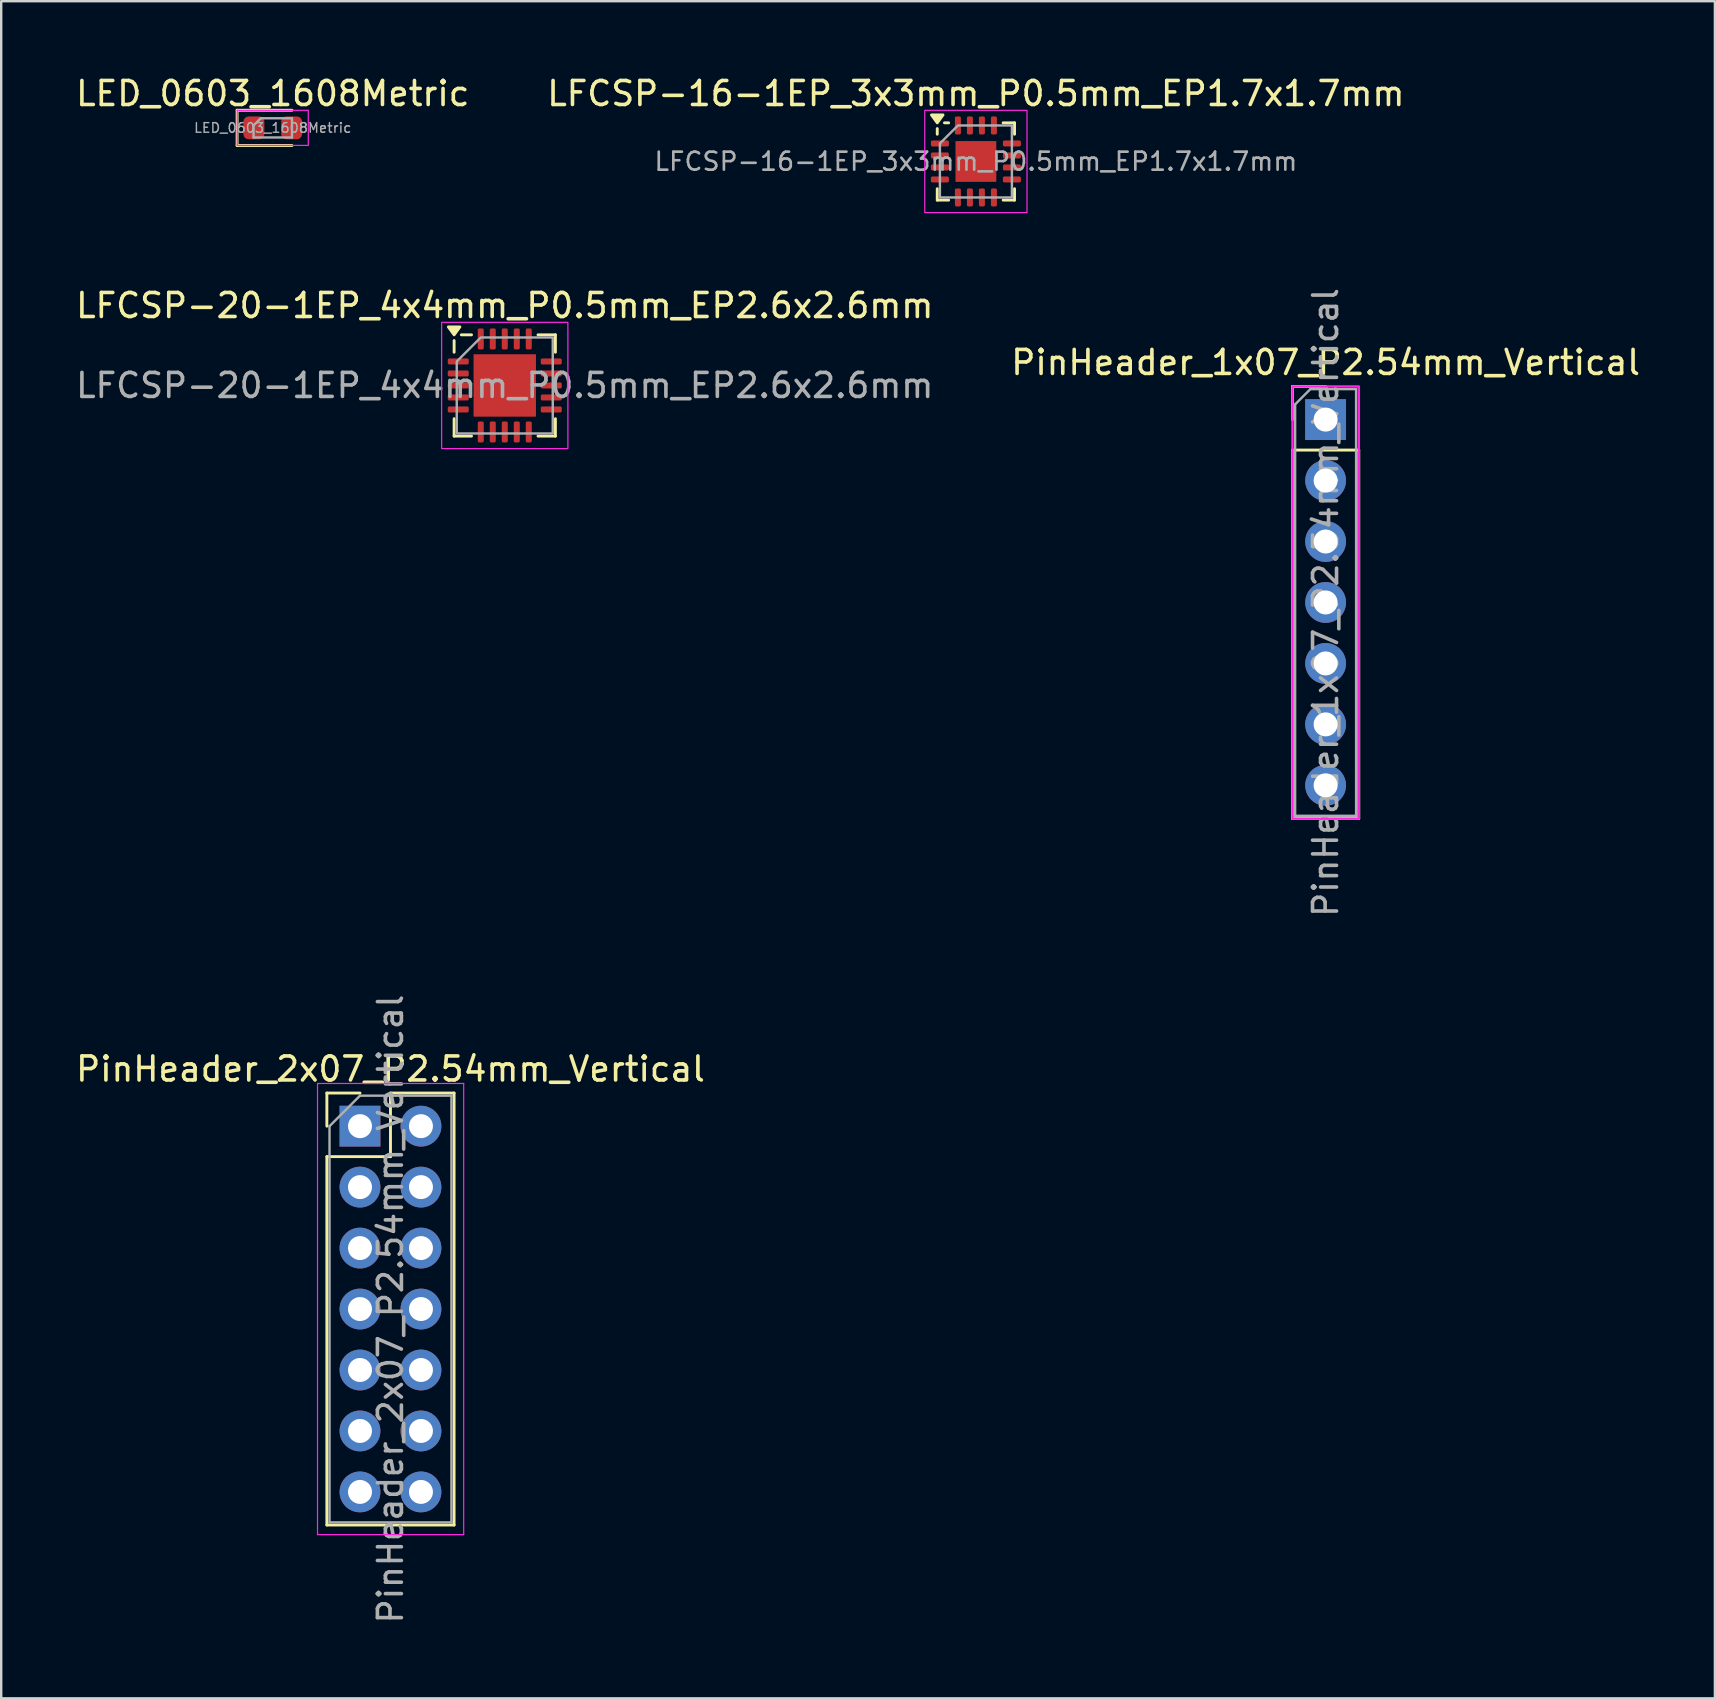
<source format=kicad_pcb>
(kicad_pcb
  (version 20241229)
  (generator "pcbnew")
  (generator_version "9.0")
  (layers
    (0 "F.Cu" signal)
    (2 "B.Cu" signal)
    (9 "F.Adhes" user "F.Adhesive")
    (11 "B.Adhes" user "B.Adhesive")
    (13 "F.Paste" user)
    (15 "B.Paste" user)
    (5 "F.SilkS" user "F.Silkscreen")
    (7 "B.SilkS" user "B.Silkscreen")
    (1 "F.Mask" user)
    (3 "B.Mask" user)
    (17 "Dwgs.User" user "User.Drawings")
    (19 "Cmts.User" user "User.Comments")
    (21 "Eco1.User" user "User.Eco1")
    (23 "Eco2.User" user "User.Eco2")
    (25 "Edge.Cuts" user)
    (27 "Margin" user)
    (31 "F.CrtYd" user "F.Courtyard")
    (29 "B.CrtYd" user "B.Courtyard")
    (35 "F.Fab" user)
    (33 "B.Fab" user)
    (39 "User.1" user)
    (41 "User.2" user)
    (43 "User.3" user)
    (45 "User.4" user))
  (footprint "LFCSP-16-1EP_3x3mm_P0.5mm_EP1.7x1.7mm"
    (layer "F.Cu")
    (at 37.613 3.678)
    (property "Reference" "LFCSP-16-1EP_3x3mm_P0.5mm_EP1.7x1.7mm" (at 0 -2.83 0) (layer "F.SilkS") (effects (font (size 1 1) (thickness 0.15))))
    (attr smd)
    (fp_line (start -1.61 -1.135) (end -1.61 -1.37) (stroke (width 0.12) (type solid)) (layer "F.SilkS"))
    (fp_line (start -1.61 1.61) (end -1.61 1.135) (stroke (width 0.12) (type solid)) (layer "F.SilkS"))
    (fp_line (start -1.135 -1.61) (end -1.31 -1.61) (stroke (width 0.12) (type solid)) (layer "F.SilkS"))
    (fp_line (start -1.135 1.61) (end -1.61 1.61) (stroke (width 0.12) (type solid)) (layer "F.SilkS"))
    (fp_line (start 1.135 -1.61) (end 1.61 -1.61) (stroke (width 0.12) (type solid)) (layer "F.SilkS"))
    (fp_line (start 1.135 1.61) (end 1.61 1.61) (stroke (width 0.12) (type solid)) (layer "F.SilkS"))
    (fp_line (start 1.61 -1.61) (end 1.61 -1.135) (stroke (width 0.12) (type solid)) (layer "F.SilkS"))
    (fp_line (start 1.61 1.61) (end 1.61 1.135) (stroke (width 0.12) (type solid)) (layer "F.SilkS"))
    (fp_poly (pts (xy -1.61 -1.61) (xy -1.85 -1.94) (xy -1.37 -1.94)) (stroke (width 0.12) (type solid)) (fill yes) (layer "F.SilkS"))
    (fp_rect (start -2.13 -2.13) (end 2.13 2.13) (stroke (width 0.05) (type solid)) (fill no) (layer "F.CrtYd"))
    (fp_poly (pts (xy -1.5 -0.75) (xy -1.5 1.5) (xy 1.5 1.5) (xy 1.5 -1.5) (xy -0.75 -1.5)) (stroke (width 0.1) (type solid)) (fill no) (layer "F.Fab"))
    (fp_text user "${REFERENCE}" (at 0 0 0) (layer "F.Fab") (effects (font (size 0.75 0.75) (thickness 0.11))))
    (pad "" smd roundrect (at -0.425 -0.425) (size 0.69 0.69) (layers "F.Paste") (roundrect_rratio 0.25))
    (pad "" smd roundrect (at -0.425 0.425) (size 0.69 0.69) (layers "F.Paste") (roundrect_rratio 0.25))
    (pad "" smd roundrect (at 0.425 -0.425) (size 0.69 0.69) (layers "F.Paste") (roundrect_rratio 0.25))
    (pad "" smd roundrect (at 0.425 0.425) (size 0.69 0.69) (layers "F.Paste") (roundrect_rratio 0.25))
    (pad "1" smd roundrect (at -1.5 -0.75) (size 0.75 0.25) (layers "F.Cu" "F.Mask" "F.Paste") (roundrect_rratio 0.25))
    (pad "2" smd roundrect (at -1.5 -0.25) (size 0.75 0.25) (layers "F.Cu" "F.Mask" "F.Paste") (roundrect_rratio 0.25))
    (pad "3" smd roundrect (at -1.5 0.25) (size 0.75 0.25) (layers "F.Cu" "F.Mask" "F.Paste") (roundrect_rratio 0.25))
    (pad "4" smd roundrect (at -1.5 0.75) (size 0.75 0.25) (layers "F.Cu" "F.Mask" "F.Paste") (roundrect_rratio 0.25))
    (pad "5" smd roundrect (at -0.75 1.5) (size 0.25 0.75) (layers "F.Cu" "F.Mask" "F.Paste") (roundrect_rratio 0.25))
    (pad "6" smd roundrect (at -0.25 1.5) (size 0.25 0.75) (layers "F.Cu" "F.Mask" "F.Paste") (roundrect_rratio 0.25))
    (pad "7" smd roundrect (at 0.25 1.5) (size 0.25 0.75) (layers "F.Cu" "F.Mask" "F.Paste") (roundrect_rratio 0.25))
    (pad "8" smd roundrect (at 0.75 1.5) (size 0.25 0.75) (layers "F.Cu" "F.Mask" "F.Paste") (roundrect_rratio 0.25))
    (pad "9" smd roundrect (at 1.5 0.75) (size 0.75 0.25) (layers "F.Cu" "F.Mask" "F.Paste") (roundrect_rratio 0.25))
    (pad "10" smd roundrect (at 1.5 0.25) (size 0.75 0.25) (layers "F.Cu" "F.Mask" "F.Paste") (roundrect_rratio 0.25))
    (pad "11" smd roundrect (at 1.5 -0.25) (size 0.75 0.25) (layers "F.Cu" "F.Mask" "F.Paste") (roundrect_rratio 0.25))
    (pad "12" smd roundrect (at 1.5 -0.75) (size 0.75 0.25) (layers "F.Cu" "F.Mask" "F.Paste") (roundrect_rratio 0.25))
    (pad "13" smd roundrect (at 0.75 -1.5) (size 0.25 0.75) (layers "F.Cu" "F.Mask" "F.Paste") (roundrect_rratio 0.25))
    (pad "14" smd roundrect (at 0.25 -1.5) (size 0.25 0.75) (layers "F.Cu" "F.Mask" "F.Paste") (roundrect_rratio 0.25))
    (pad "15" smd roundrect (at -0.25 -1.5) (size 0.25 0.75) (layers "F.Cu" "F.Mask" "F.Paste") (roundrect_rratio 0.25))
    (pad "16" smd roundrect (at -0.75 -1.5) (size 0.25 0.75) (layers "F.Cu" "F.Mask" "F.Paste") (roundrect_rratio 0.25))
    (pad "17" smd rect (at 0 0) (size 1.7 1.7) (property pad_prop_heatsink) (layers "F.Cu" "F.Mask")))
  (footprint "PinHeader_1x07_P2.54mm_Vertical"
    (layer "F.Cu")
    (at 52.185 14.433)
    (property "Reference" "PinHeader_1x07_P2.54mm_Vertical" (at 0 -2.38 0) (layer "F.SilkS") (effects (font (size 1 1) (thickness 0.15))))
    (attr through_hole)
    (fp_line (start -1.38 -1.38) (end 0 -1.38) (stroke (width 0.12) (type solid)) (layer "F.SilkS"))
    (fp_line (start -1.38 0) (end -1.38 -1.38) (stroke (width 0.12) (type solid)) (layer "F.SilkS"))
    (fp_line (start -1.38 1.27) (end -1.38 16.62) (stroke (width 0.12) (type solid)) (layer "F.SilkS"))
    (fp_line (start -1.38 1.27) (end 1.38 1.27) (stroke (width 0.12) (type solid)) (layer "F.SilkS"))
    (fp_line (start -1.38 16.62) (end 1.38 16.62) (stroke (width 0.12) (type solid)) (layer "F.SilkS"))
    (fp_line (start 1.38 1.27) (end 1.38 16.62) (stroke (width 0.12) (type solid)) (layer "F.SilkS"))
    (fp_rect (start -1.38 -1.38) (end 1.385 16.63) (stroke (width 0.1) (type default)) (fill no) (layer "F.CrtYd"))
    (fp_line (start -1.27 -0.635) (end -0.635 -1.27) (stroke (width 0.1) (type solid)) (layer "F.Fab"))
    (fp_line (start -1.27 16.51) (end -1.27 -0.635) (stroke (width 0.1) (type solid)) (layer "F.Fab"))
    (fp_line (start -0.635 -1.27) (end 1.27 -1.27) (stroke (width 0.1) (type solid)) (layer "F.Fab"))
    (fp_line (start 1.27 -1.27) (end 1.27 16.51) (stroke (width 0.1) (type solid)) (layer "F.Fab"))
    (fp_line (start 1.27 16.51) (end -1.27 16.51) (stroke (width 0.1) (type solid)) (layer "F.Fab"))
    (fp_text user "${REFERENCE}" (at 0 7.62 90) (layer "F.Fab") (effects (font (size 1 1) (thickness 0.15))))
    (pad "1" thru_hole rect (at 0 0) (size 1.7 1.7) (drill 1) (layers "*.Cu" "*.Mask"))
    (pad "2" thru_hole circle (at 0 2.54) (size 1.7 1.7) (drill 1) (layers "*.Cu" "*.Mask"))
    (pad "3" thru_hole circle (at 0 5.08) (size 1.7 1.7) (drill 1) (layers "*.Cu" "*.Mask"))
    (pad "4" thru_hole circle (at 0 7.62) (size 1.7 1.7) (drill 1) (layers "*.Cu" "*.Mask"))
    (pad "5" thru_hole circle (at 0 10.16) (size 1.7 1.7) (drill 1) (layers "*.Cu" "*.Mask"))
    (pad "6" thru_hole circle (at 0 12.7) (size 1.7 1.7) (drill 1) (layers "*.Cu" "*.Mask"))
    (pad "7" thru_hole circle (at 0 15.24) (size 1.7 1.7) (drill 1) (layers "*.Cu" "*.Mask")))
  (footprint "LED_0603_1608Metric"
    (layer "F.Cu")
    (at 8.315 2.278)
    (property "Reference" "LED_0603_1608Metric" (at 0 -1.43 0) (layer "F.SilkS") (effects (font (size 1 1) (thickness 0.15))))
    (attr smd)
    (fp_line (start -1.485 -0.735) (end -1.485 0.735) (stroke (width 0.12) (type solid)) (layer "F.SilkS"))
    (fp_line (start -1.485 0.735) (end 0.8 0.735) (stroke (width 0.12) (type solid)) (layer "F.SilkS"))
    (fp_line (start 0.8 -0.735) (end -1.485 -0.735) (stroke (width 0.12) (type solid)) (layer "F.SilkS"))
    (fp_line (start -1.48 -0.73) (end 1.48 -0.73) (stroke (width 0.05) (type solid)) (layer "F.CrtYd"))
    (fp_line (start -1.48 0.73) (end -1.48 -0.73) (stroke (width 0.05) (type solid)) (layer "F.CrtYd"))
    (fp_line (start 1.48 -0.73) (end 1.48 0.73) (stroke (width 0.05) (type solid)) (layer "F.CrtYd"))
    (fp_line (start 1.48 0.73) (end -1.48 0.73) (stroke (width 0.05) (type solid)) (layer "F.CrtYd"))
    (fp_line (start -0.8 -0.1) (end -0.8 0.4) (stroke (width 0.1) (type solid)) (layer "F.Fab"))
    (fp_line (start -0.8 0.4) (end 0.8 0.4) (stroke (width 0.1) (type solid)) (layer "F.Fab"))
    (fp_line (start -0.5 -0.4) (end -0.8 -0.1) (stroke (width 0.1) (type solid)) (layer "F.Fab"))
    (fp_line (start 0.8 -0.4) (end -0.5 -0.4) (stroke (width 0.1) (type solid)) (layer "F.Fab"))
    (fp_line (start 0.8 0.4) (end 0.8 -0.4) (stroke (width 0.1) (type solid)) (layer "F.Fab"))
    (fp_text user "${REFERENCE}" (at 0 0 0) (layer "F.Fab") (effects (font (size 0.4 0.4) (thickness 0.06))))
    (pad "1" smd roundrect (at -0.787 0) (size 0.875 0.95) (layers "F.Cu" "F.Mask" "F.Paste") (roundrect_rratio 0.25))
    (pad "2" smd roundrect (at 0.787 0) (size 0.875 0.95) (layers "F.Cu" "F.Mask" "F.Paste") (roundrect_rratio 0.25)))
  (footprint "PinHeader_2x07_P2.54mm_Vertical"
    (layer "F.Cu")
    (at 11.95 43.874)
    (property "Reference" "PinHeader_2x07_P2.54mm_Vertical" (at 1.27 -2.38 0) (layer "F.SilkS") (effects (font (size 1 1) (thickness 0.15))))
    (attr through_hole)
    (fp_line (start -1.38 -1.38) (end 0 -1.38) (stroke (width 0.12) (type solid)) (layer "F.SilkS"))
    (fp_line (start -1.38 0) (end -1.38 -1.38) (stroke (width 0.12) (type solid)) (layer "F.SilkS"))
    (fp_line (start -1.38 1.27) (end -1.38 16.62) (stroke (width 0.12) (type solid)) (layer "F.SilkS"))
    (fp_line (start -1.38 1.27) (end 1.27 1.27) (stroke (width 0.12) (type solid)) (layer "F.SilkS"))
    (fp_line (start -1.38 16.62) (end 3.92 16.62) (stroke (width 0.12) (type solid)) (layer "F.SilkS"))
    (fp_line (start 1.27 -1.38) (end 3.92 -1.38) (stroke (width 0.12) (type solid)) (layer "F.SilkS"))
    (fp_line (start 1.27 1.27) (end 1.27 -1.38) (stroke (width 0.12) (type solid)) (layer "F.SilkS"))
    (fp_line (start 3.92 -1.38) (end 3.92 16.62) (stroke (width 0.12) (type solid)) (layer "F.SilkS"))
    (fp_line (start -1.77 -1.78) (end -1.77 17.02) (stroke (width 0.05) (type solid)) (layer "F.CrtYd"))
    (fp_line (start -1.77 17.02) (end 4.32 17.02) (stroke (width 0.05) (type solid)) (layer "F.CrtYd"))
    (fp_line (start 4.32 -1.78) (end -1.77 -1.78) (stroke (width 0.05) (type solid)) (layer "F.CrtYd"))
    (fp_line (start 4.32 17.02) (end 4.32 -1.78) (stroke (width 0.05) (type solid)) (layer "F.CrtYd"))
    (fp_line (start -1.27 0) (end 0 -1.27) (stroke (width 0.1) (type solid)) (layer "F.Fab"))
    (fp_line (start -1.27 16.51) (end -1.27 0) (stroke (width 0.1) (type solid)) (layer "F.Fab"))
    (fp_line (start 0 -1.27) (end 3.81 -1.27) (stroke (width 0.1) (type solid)) (layer "F.Fab"))
    (fp_line (start 3.81 -1.27) (end 3.81 16.51) (stroke (width 0.1) (type solid)) (layer "F.Fab"))
    (fp_line (start 3.81 16.51) (end -1.27 16.51) (stroke (width 0.1) (type solid)) (layer "F.Fab"))
    (fp_text user "${REFERENCE}" (at 1.27 7.62 90) (layer "F.Fab") (effects (font (size 1 1) (thickness 0.15))))
    (pad "1" thru_hole rect (at 0 0) (size 1.7 1.7) (drill 1) (layers "*.Cu" "*.Mask"))
    (pad "2" thru_hole circle (at 2.54 0) (size 1.7 1.7) (drill 1) (layers "*.Cu" "*.Mask"))
    (pad "3" thru_hole circle (at 0 2.54) (size 1.7 1.7) (drill 1) (layers "*.Cu" "*.Mask"))
    (pad "4" thru_hole circle (at 2.54 2.54) (size 1.7 1.7) (drill 1) (layers "*.Cu" "*.Mask"))
    (pad "5" thru_hole circle (at 0 5.08) (size 1.7 1.7) (drill 1) (layers "*.Cu" "*.Mask"))
    (pad "6" thru_hole circle (at 2.54 5.08) (size 1.7 1.7) (drill 1) (layers "*.Cu" "*.Mask"))
    (pad "7" thru_hole circle (at 0 7.62) (size 1.7 1.7) (drill 1) (layers "*.Cu" "*.Mask"))
    (pad "8" thru_hole circle (at 2.54 7.62) (size 1.7 1.7) (drill 1) (layers "*.Cu" "*.Mask"))
    (pad "9" thru_hole circle (at 0 10.16) (size 1.7 1.7) (drill 1) (layers "*.Cu" "*.Mask"))
    (pad "10" thru_hole circle (at 2.54 10.16) (size 1.7 1.7) (drill 1) (layers "*.Cu" "*.Mask"))
    (pad "11" thru_hole circle (at 0 12.7) (size 1.7 1.7) (drill 1) (layers "*.Cu" "*.Mask"))
    (pad "12" thru_hole circle (at 2.54 12.7) (size 1.7 1.7) (drill 1) (layers "*.Cu" "*.Mask"))
    (pad "13" thru_hole circle (at 0 15.24) (size 1.7 1.7) (drill 1) (layers "*.Cu" "*.Mask"))
    (pad "14" thru_hole circle (at 2.54 15.24) (size 1.7 1.7) (drill 1) (layers "*.Cu" "*.Mask")))
  (footprint "LFCSP-20-1EP_4x4mm_P0.5mm_EP2.6x2.6mm"
    (layer "F.Cu")
    (at 17.982 13.011)
    (property "Reference" "LFCSP-20-1EP_4x4mm_P0.5mm_EP2.6x2.6mm" (at 0 -3.33 0) (layer "F.SilkS") (effects (font (size 1 1) (thickness 0.15))))
    (attr smd)
    (fp_line (start -2.11 -1.385) (end -2.11 -1.87) (stroke (width 0.12) (type solid)) (layer "F.SilkS"))
    (fp_line (start -2.11 2.11) (end -2.11 1.385) (stroke (width 0.12) (type solid)) (layer "F.SilkS"))
    (fp_line (start -1.385 -2.11) (end -1.81 -2.11) (stroke (width 0.12) (type solid)) (layer "F.SilkS"))
    (fp_line (start -1.385 2.11) (end -2.11 2.11) (stroke (width 0.12) (type solid)) (layer "F.SilkS"))
    (fp_line (start 1.385 -2.11) (end 2.11 -2.11) (stroke (width 0.12) (type solid)) (layer "F.SilkS"))
    (fp_line (start 1.385 2.11) (end 2.11 2.11) (stroke (width 0.12) (type solid)) (layer "F.SilkS"))
    (fp_line (start 2.11 -2.11) (end 2.11 -1.385) (stroke (width 0.12) (type solid)) (layer "F.SilkS"))
    (fp_line (start 2.11 2.11) (end 2.11 1.385) (stroke (width 0.12) (type solid)) (layer "F.SilkS"))
    (fp_poly (pts (xy -2.11 -2.11) (xy -2.35 -2.44) (xy -1.87 -2.44)) (stroke (width 0.12) (type solid)) (fill yes) (layer "F.SilkS"))
    (fp_rect (start -2.63 -2.63) (end 2.63 2.63) (stroke (width 0.05) (type solid)) (fill no) (layer "F.CrtYd"))
    (fp_poly (pts (xy -2 -1) (xy -2 2) (xy 2 2) (xy 2 -2) (xy -1 -2)) (stroke (width 0.1) (type solid)) (fill no) (layer "F.Fab"))
    (fp_text user "${REFERENCE}" (at 0 0 0) (layer "F.Fab") (effects (font (size 1 1) (thickness 0.15))))
    (pad "" smd roundrect (at -0.65 -0.65) (size 1.05 1.05) (layers "F.Paste") (roundrect_rratio 0.238))
    (pad "" smd roundrect (at -0.65 0.65) (size 1.05 1.05) (layers "F.Paste") (roundrect_rratio 0.238))
    (pad "" smd roundrect (at 0.65 -0.65) (size 1.05 1.05) (layers "F.Paste") (roundrect_rratio 0.238))
    (pad "" smd roundrect (at 0.65 0.65) (size 1.05 1.05) (layers "F.Paste") (roundrect_rratio 0.238))
    (pad "1" smd roundrect (at -1.938 -1) (size 0.875 0.25) (layers "F.Cu" "F.Mask" "F.Paste") (roundrect_rratio 0.25))
    (pad "2" smd roundrect (at -1.938 -0.5) (size 0.875 0.25) (layers "F.Cu" "F.Mask" "F.Paste") (roundrect_rratio 0.25))
    (pad "3" smd roundrect (at -1.938 0) (size 0.875 0.25) (layers "F.Cu" "F.Mask" "F.Paste") (roundrect_rratio 0.25))
    (pad "4" smd roundrect (at -1.938 0.5) (size 0.875 0.25) (layers "F.Cu" "F.Mask" "F.Paste") (roundrect_rratio 0.25))
    (pad "5" smd roundrect (at -1.938 1) (size 0.875 0.25) (layers "F.Cu" "F.Mask" "F.Paste") (roundrect_rratio 0.25))
    (pad "6" smd roundrect (at -1 1.938) (size 0.25 0.875) (layers "F.Cu" "F.Mask" "F.Paste") (roundrect_rratio 0.25))
    (pad "7" smd roundrect (at -0.5 1.938) (size 0.25 0.875) (layers "F.Cu" "F.Mask" "F.Paste") (roundrect_rratio 0.25))
    (pad "8" smd roundrect (at 0 1.938) (size 0.25 0.875) (layers "F.Cu" "F.Mask" "F.Paste") (roundrect_rratio 0.25))
    (pad "9" smd roundrect (at 0.5 1.938) (size 0.25 0.875) (layers "F.Cu" "F.Mask" "F.Paste") (roundrect_rratio 0.25))
    (pad "10" smd roundrect (at 1 1.938) (size 0.25 0.875) (layers "F.Cu" "F.Mask" "F.Paste") (roundrect_rratio 0.25))
    (pad "11" smd roundrect (at 1.938 1) (size 0.875 0.25) (layers "F.Cu" "F.Mask" "F.Paste") (roundrect_rratio 0.25))
    (pad "12" smd roundrect (at 1.938 0.5) (size 0.875 0.25) (layers "F.Cu" "F.Mask" "F.Paste") (roundrect_rratio 0.25))
    (pad "13" smd roundrect (at 1.938 0) (size 0.875 0.25) (layers "F.Cu" "F.Mask" "F.Paste") (roundrect_rratio 0.25))
    (pad "14" smd roundrect (at 1.938 -0.5) (size 0.875 0.25) (layers "F.Cu" "F.Mask" "F.Paste") (roundrect_rratio 0.25))
    (pad "15" smd roundrect (at 1.938 -1) (size 0.875 0.25) (layers "F.Cu" "F.Mask" "F.Paste") (roundrect_rratio 0.25))
    (pad "16" smd roundrect (at 1 -1.938) (size 0.25 0.875) (layers "F.Cu" "F.Mask" "F.Paste") (roundrect_rratio 0.25))
    (pad "17" smd roundrect (at 0.5 -1.938) (size 0.25 0.875) (layers "F.Cu" "F.Mask" "F.Paste") (roundrect_rratio 0.25))
    (pad "18" smd roundrect (at 0 -1.938) (size 0.25 0.875) (layers "F.Cu" "F.Mask" "F.Paste") (roundrect_rratio 0.25))
    (pad "19" smd roundrect (at -0.5 -1.938) (size 0.25 0.875) (layers "F.Cu" "F.Mask" "F.Paste") (roundrect_rratio 0.25))
    (pad "20" smd roundrect (at -1 -1.938) (size 0.25 0.875) (layers "F.Cu" "F.Mask" "F.Paste") (roundrect_rratio 0.25))
    (pad "21" smd rect (at 0 0) (size 2.6 2.6) (property pad_prop_heatsink) (layers "F.Cu" "F.Mask")))
  (gr_rect
    (start -3 -3)
    (end 68.405 67.714)
    (stroke (width 0.1) (type default))
    (fill no)
    (layer "Edge.Cuts")))
</source>
